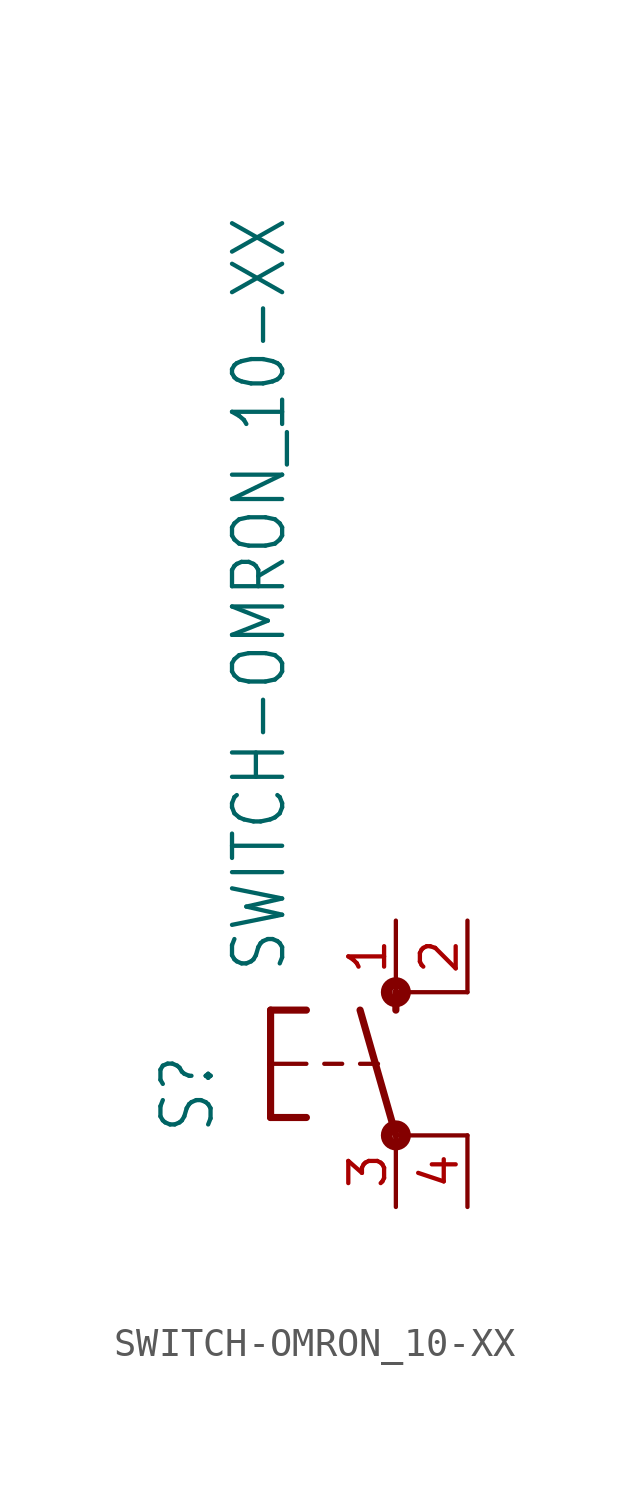
<source format=kicad_sym>
(kicad_symbol_lib
  (version 20211014)
  (generator kicad_symbol_editor)
  (symbol "SWITCH-OMRON_10-XX"
    (property "Reference" "S"
      (at -6.35 -2.54 90)
      (effects (font (size 1.778 1.511)) (justify left bottom)))
    (property "Value" "SWITCH-OMRON_10-XX"
      (at -3.81 3.175 90)
      (effects (font (size 1.778 1.511)) (justify left bottom)))
    (property "ki_locked" ""
      (at 0 0 0)
      (effects (font (size 1.27 1.27))))
    (symbol "SWITCH-OMRON_10-XX_1_0"
      (circle (center 0 -2.54) (radius 0.127) (stroke (width 0.406) (type default) (color 0 0 0 0)) (fill (type none)))
      (polyline (pts (xy -4.445 -1.905) (xy -3.175 -1.905)) (stroke (width 0.254) (type default) (color 0 0 0 0)) (fill (type none)))
      (polyline (pts (xy -4.445 0) (xy -4.445 -1.905)) (stroke (width 0.254) (type default) (color 0 0 0 0)) (fill (type none)))
      (polyline (pts (xy -4.445 0) (xy -3.175 0)) (stroke (width 0.152) (type default) (color 0 0 0 0)) (fill (type none)))
      (polyline (pts (xy -4.445 1.905) (xy -4.445 0)) (stroke (width 0.254) (type default) (color 0 0 0 0)) (fill (type none)))
      (polyline (pts (xy -4.445 1.905) (xy -3.175 1.905)) (stroke (width 0.254) (type default) (color 0 0 0 0)) (fill (type none)))
      (polyline (pts (xy -2.54 0) (xy -1.905 0)) (stroke (width 0.152) (type default) (color 0 0 0 0)) (fill (type none)))
      (polyline (pts (xy -1.27 0) (xy -0.635 0)) (stroke (width 0.152) (type default) (color 0 0 0 0)) (fill (type none)))
      (polyline (pts (xy 0 -2.54) (xy -1.27 1.905)) (stroke (width 0.254) (type default) (color 0 0 0 0)) (fill (type none)))
      (polyline (pts (xy 0 1.905) (xy 0 2.54)) (stroke (width 0.254) (type default) (color 0 0 0 0)) (fill (type none)))
      (polyline (pts (xy 2.54 -2.54) (xy 0 -2.54)) (stroke (width 0.152) (type default) (color 0 0 0 0)) (fill (type none)))
      (polyline (pts (xy 2.54 2.54) (xy 0 2.54)) (stroke (width 0.152) (type default) (color 0 0 0 0)) (fill (type none)))
      (circle (center 0 2.54) (radius 0.127) (stroke (width 0.406) (type default) (color 0 0 0 0)) (fill (type none)))
      (pin passive line (at 0 5.08 270) (length 2.54) (name "S" (effects (font (size 0 0)))) (number "1" (effects (font (size 1.27 1.27)))))
      (pin passive line (at 2.54 5.08 270) (length 2.54) (name "S1" (effects (font (size 0 0)))) (number "2" (effects (font (size 1.27 1.27)))))
      (pin passive line (at 0 -5.08 90) (length 2.54) (name "P" (effects (font (size 0 0)))) (number "3" (effects (font (size 1.27 1.27)))))
      (pin passive line (at 2.54 -5.08 90) (length 2.54) (name "P1" (effects (font (size 0 0)))) (number "4" (effects (font (size 1.27 1.27))))))))
</source>
